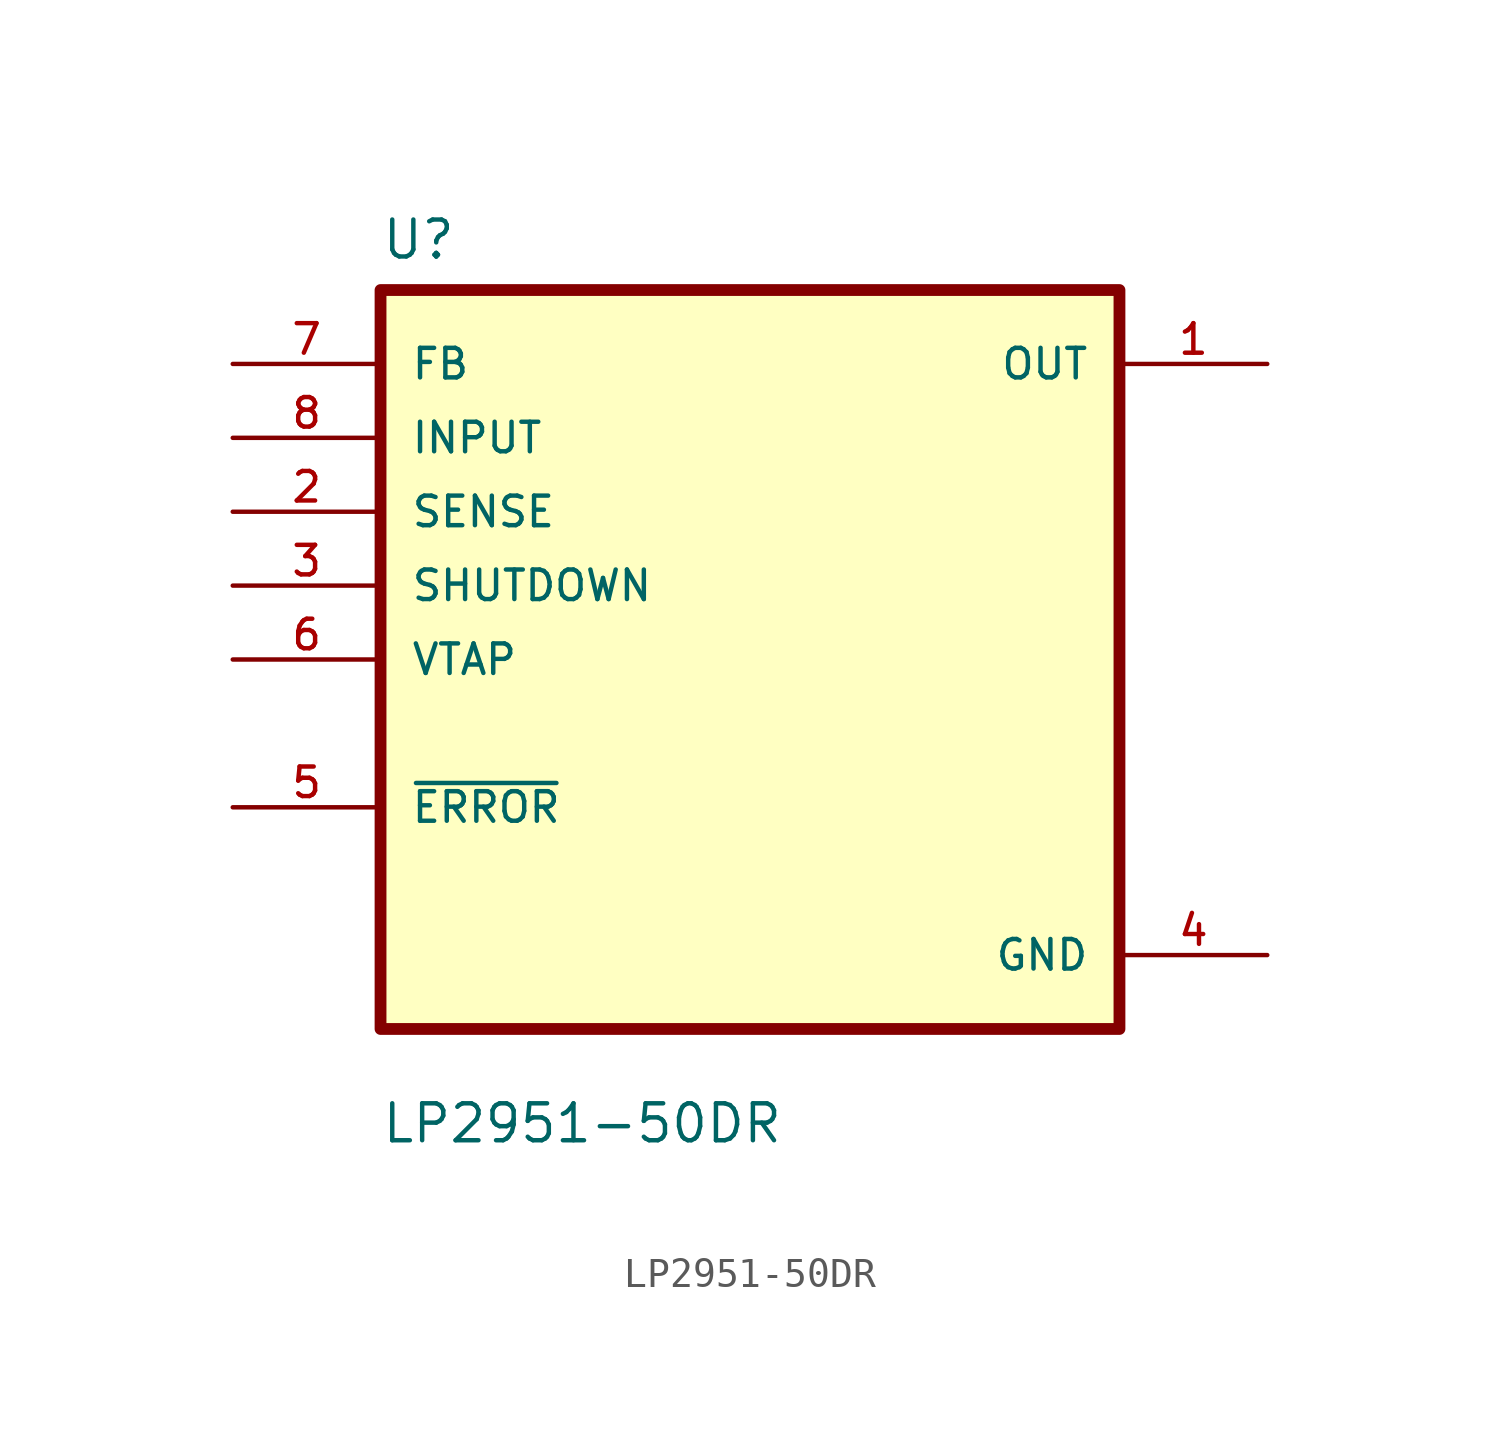
<source format=kicad_sym>
(kicad_symbol_lib
  (version 20211014)
  (generator kicad_symbol_editor)
  (symbol "LP2951-50DR"
    (pin_names
      (offset 1.016))
    (property "Reference" "U"
      (at -12.7 13.691 0)
      (effects (font (size 1.27 1.27)) (justify left bottom)))
    (property "Value" "LP2951-50DR"
      (at -12.7 -16.688 0)
      (effects (font (size 1.27 1.27)) (justify left bottom)))
    (symbol "LP2951-50DR_0_0"
      (rectangle (start -12.7 -12.7) (end 12.7 12.7) (stroke (width 0.406) (type default) (color 0 0 0 0)) (fill (type background)))
      (pin output line (at 17.78 10.16 180) (length 5.08) (name "OUT" (effects (font (size 1.016 1.016)))) (number "1" (effects (font (size 1.016 1.016)))))
      (pin input line (at -17.78 5.08 0) (length 5.08) (name "SENSE" (effects (font (size 1.016 1.016)))) (number "2" (effects (font (size 1.016 1.016)))))
      (pin input line (at -17.78 2.54 0) (length 5.08) (name "SHUTDOWN" (effects (font (size 1.016 1.016)))) (number "3" (effects (font (size 1.016 1.016)))))
      (pin power_in line (at 17.78 -10.16 180) (length 5.08) (name "GND" (effects (font (size 1.016 1.016)))) (number "4" (effects (font (size 1.016 1.016)))))
      (pin bidirectional line (at -17.78 -5.08 0) (length 5.08) (name "~{ERROR}" (effects (font (size 1.016 1.016)))) (number "5" (effects (font (size 1.016 1.016)))))
      (pin input line (at -17.78 0 0) (length 5.08) (name "VTAP" (effects (font (size 1.016 1.016)))) (number "6" (effects (font (size 1.016 1.016)))))
      (pin input line (at -17.78 10.16 0) (length 5.08) (name "FB" (effects (font (size 1.016 1.016)))) (number "7" (effects (font (size 1.016 1.016)))))
      (pin input line (at -17.78 7.62 0) (length 5.08) (name "INPUT" (effects (font (size 1.016 1.016)))) (number "8" (effects (font (size 1.016 1.016))))))))
</source>
